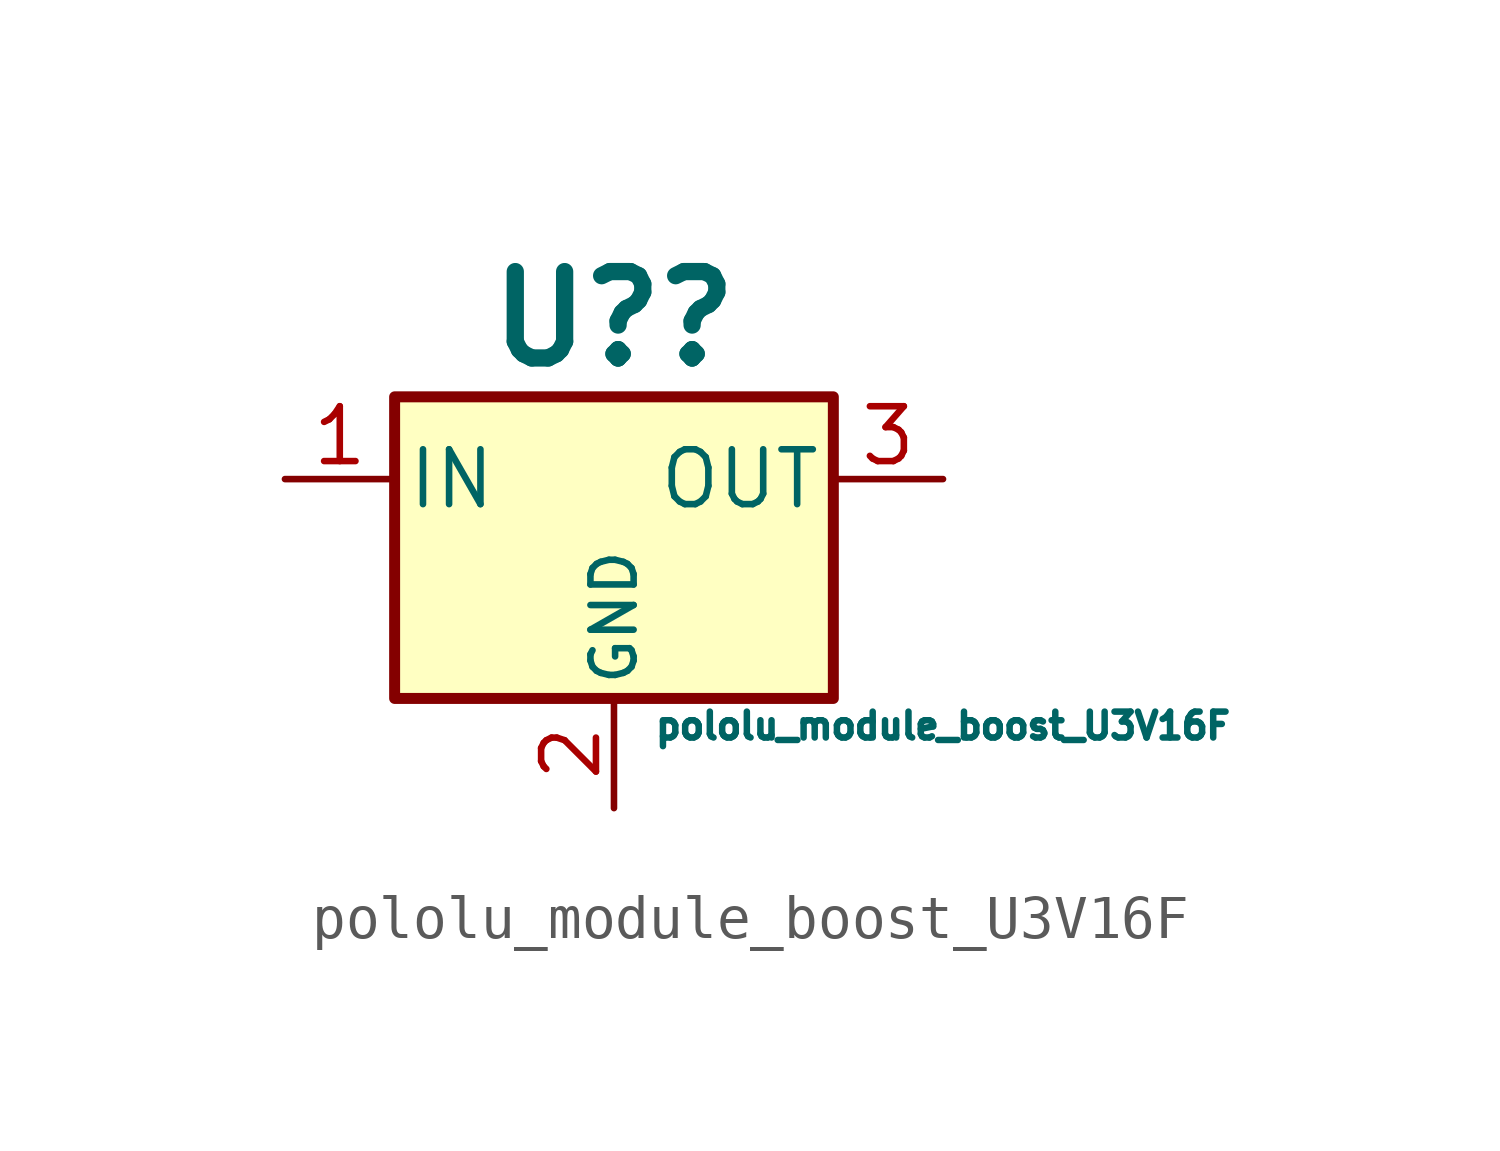
<source format=kicad_sym>
(kicad_symbol_lib
  (version 20241209)
  (generator "kicad_symbol_editor")
  (generator_version "9.0")
  (symbol "pololu_module_boost_U3V16F"
    (pin_names
      (offset 0.254))
    (property "Reference" "U?"
      (at 0 2.54 0)
      (do_not_autoplace)
      (effects (font (size 2 2) (thickness 0.4) (bold yes)) (justify bottom)))
    (property "Value" "pololu_module_boost_U3V16F"
      (at 7.62 -5.715 0)
      (do_not_autoplace)
      (effects (font (size 0.6 0.6))))
    (symbol "pololu_module_boost_U3V16F_0_1"
      (rectangle (start -5.08 1.905) (end 5.08 -5.08) (stroke (width 0.254) (type default)) (fill (type background))))
    (symbol "pololu_module_boost_U3V16F_1_1"
      (pin power_in line (at -7.62 0 0) (length 2.54) (name "IN" (effects (font (size 1.27 1.27)))) (number "1" (effects (font (size 1.27 1.27)))))
      (pin power_in line (at 0 -7.62 90) (length 2.54) (name "GND" (effects (font (size 1 1)))) (number "2" (effects (font (size 1.27 1.27)))))
      (pin power_out line (at 7.62 0 180) (length 2.54) (name "OUT" (effects (font (size 1.27 1.27)))) (number "3" (effects (font (size 1.27 1.27))))))))
</source>
